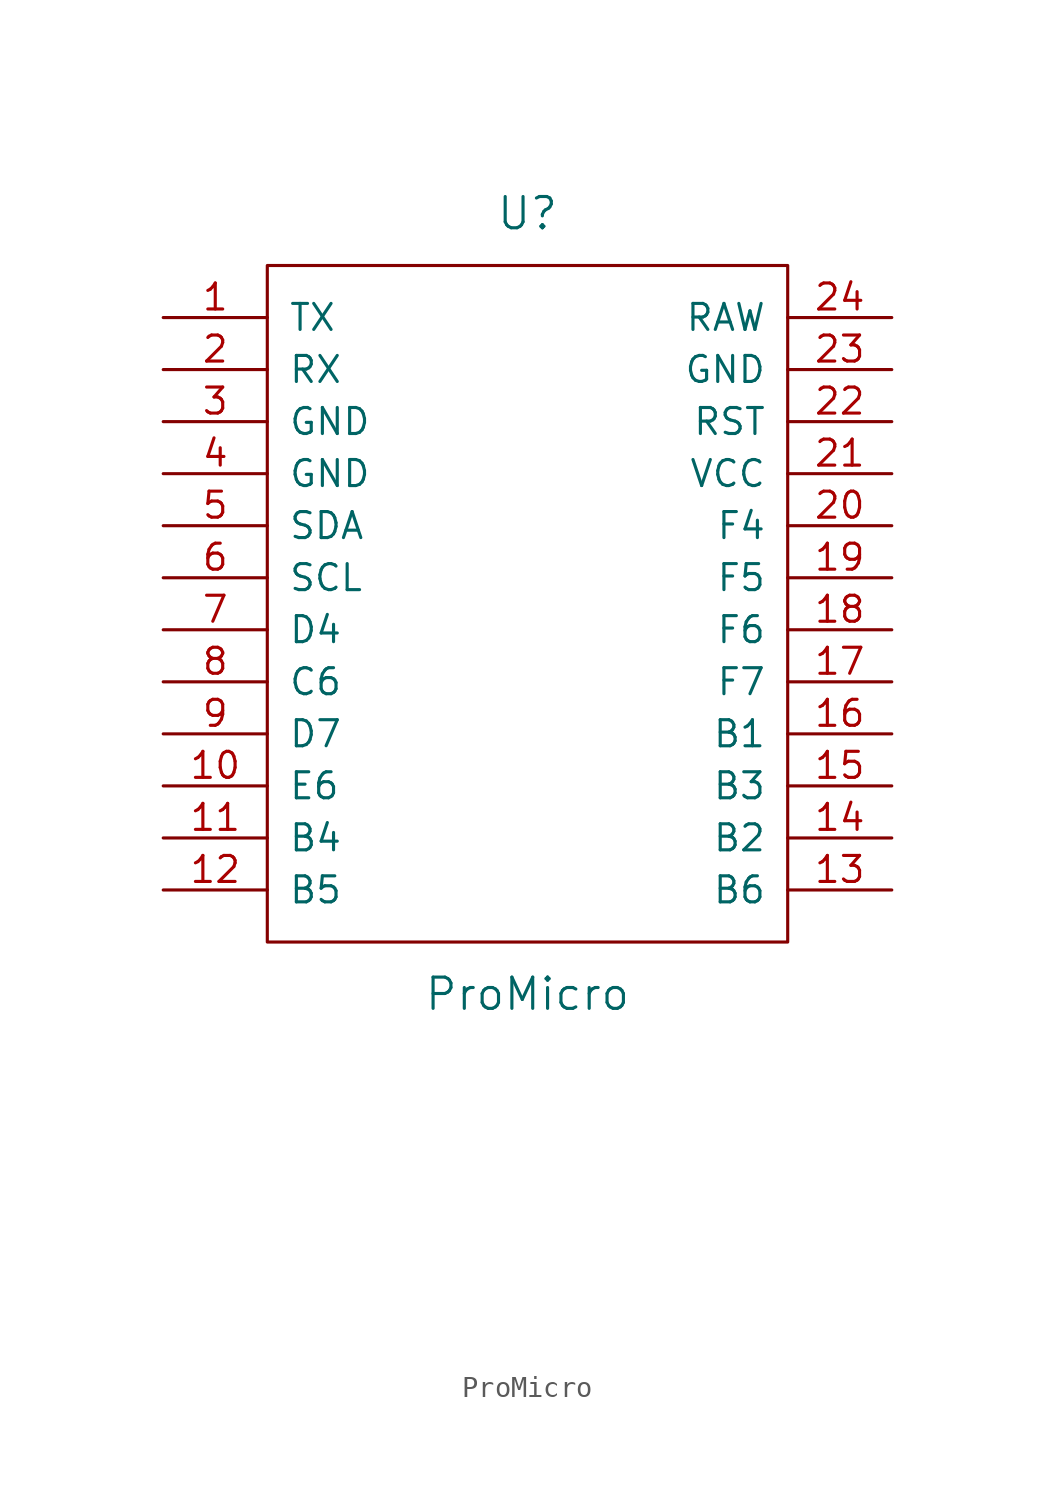
<source format=kicad_sym>
(kicad_symbol_lib
  (version 20220914)
  (generator kicad_symbol_editor)
  (symbol "ProMicro"
    (pin_names
      (offset 1.016))
    (property "Reference" "U"
      (at 0 24.13 0)
      (effects (font (size 1.524 1.524))))
    (property "Value" "ProMicro"
      (at 0 -13.97 0)
      (effects (font (size 1.524 1.524))))
    (property "Footprint" ""
      (at 2.54 -26.67 0)
      (effects (font (size 1.524 1.524))))
    (property "Datasheet" ""
      (at 2.54 -26.67 0)
      (effects (font (size 1.524 1.524))))
    (symbol "ProMicro_0_1"
      (rectangle (start -12.7 21.59) (end 12.7 -11.43) (stroke (width 0) (type solid)) (fill (type none))))
    (symbol "ProMicro_1_1"
      (pin bidirectional line (at -17.78 19.05 0) (length 5.08) (name "TX" (effects (font (size 1.27 1.27)))) (number "1" (effects (font (size 1.27 1.27)))))
      (pin bidirectional line (at -17.78 -3.81 0) (length 5.08) (name "E6" (effects (font (size 1.27 1.27)))) (number "10" (effects (font (size 1.27 1.27)))))
      (pin bidirectional line (at -17.78 -6.35 0) (length 5.08) (name "B4" (effects (font (size 1.27 1.27)))) (number "11" (effects (font (size 1.27 1.27)))))
      (pin bidirectional line (at -17.78 -8.89 0) (length 5.08) (name "B5" (effects (font (size 1.27 1.27)))) (number "12" (effects (font (size 1.27 1.27)))))
      (pin bidirectional line (at 17.78 -8.89 180) (length 5.08) (name "B6" (effects (font (size 1.27 1.27)))) (number "13" (effects (font (size 1.27 1.27)))))
      (pin bidirectional line (at 17.78 -6.35 180) (length 5.08) (name "B2" (effects (font (size 1.27 1.27)))) (number "14" (effects (font (size 1.27 1.27)))))
      (pin bidirectional line (at 17.78 -3.81 180) (length 5.08) (name "B3" (effects (font (size 1.27 1.27)))) (number "15" (effects (font (size 1.27 1.27)))))
      (pin bidirectional line (at 17.78 -1.27 180) (length 5.08) (name "B1" (effects (font (size 1.27 1.27)))) (number "16" (effects (font (size 1.27 1.27)))))
      (pin bidirectional line (at 17.78 1.27 180) (length 5.08) (name "F7" (effects (font (size 1.27 1.27)))) (number "17" (effects (font (size 1.27 1.27)))))
      (pin bidirectional line (at 17.78 3.81 180) (length 5.08) (name "F6" (effects (font (size 1.27 1.27)))) (number "18" (effects (font (size 1.27 1.27)))))
      (pin bidirectional line (at 17.78 6.35 180) (length 5.08) (name "F5" (effects (font (size 1.27 1.27)))) (number "19" (effects (font (size 1.27 1.27)))))
      (pin bidirectional line (at -17.78 16.51 0) (length 5.08) (name "RX" (effects (font (size 1.27 1.27)))) (number "2" (effects (font (size 1.27 1.27)))))
      (pin bidirectional line (at 17.78 8.89 180) (length 5.08) (name "F4" (effects (font (size 1.27 1.27)))) (number "20" (effects (font (size 1.27 1.27)))))
      (pin power_in line (at 17.78 11.43 180) (length 5.08) (name "VCC" (effects (font (size 1.27 1.27)))) (number "21" (effects (font (size 1.27 1.27)))))
      (pin input line (at 17.78 13.97 180) (length 5.08) (name "RST" (effects (font (size 1.27 1.27)))) (number "22" (effects (font (size 1.27 1.27)))))
      (pin power_in line (at 17.78 16.51 180) (length 5.08) (name "GND" (effects (font (size 1.27 1.27)))) (number "23" (effects (font (size 1.27 1.27)))))
      (pin power_out line (at 17.78 19.05 180) (length 5.08) (name "RAW" (effects (font (size 1.27 1.27)))) (number "24" (effects (font (size 1.27 1.27)))))
      (pin power_in line (at -17.78 13.97 0) (length 5.08) (name "GND" (effects (font (size 1.27 1.27)))) (number "3" (effects (font (size 1.27 1.27)))))
      (pin power_in line (at -17.78 11.43 0) (length 5.08) (name "GND" (effects (font (size 1.27 1.27)))) (number "4" (effects (font (size 1.27 1.27)))))
      (pin bidirectional line (at -17.78 8.89 0) (length 5.08) (name "SDA" (effects (font (size 1.27 1.27)))) (number "5" (effects (font (size 1.27 1.27)))))
      (pin bidirectional line (at -17.78 6.35 0) (length 5.08) (name "SCL" (effects (font (size 1.27 1.27)))) (number "6" (effects (font (size 1.27 1.27)))))
      (pin bidirectional line (at -17.78 3.81 0) (length 5.08) (name "D4" (effects (font (size 1.27 1.27)))) (number "7" (effects (font (size 1.27 1.27)))))
      (pin bidirectional line (at -17.78 1.27 0) (length 5.08) (name "C6" (effects (font (size 1.27 1.27)))) (number "8" (effects (font (size 1.27 1.27)))))
      (pin bidirectional line (at -17.78 -1.27 0) (length 5.08) (name "D7" (effects (font (size 1.27 1.27)))) (number "9" (effects (font (size 1.27 1.27))))))))
</source>
